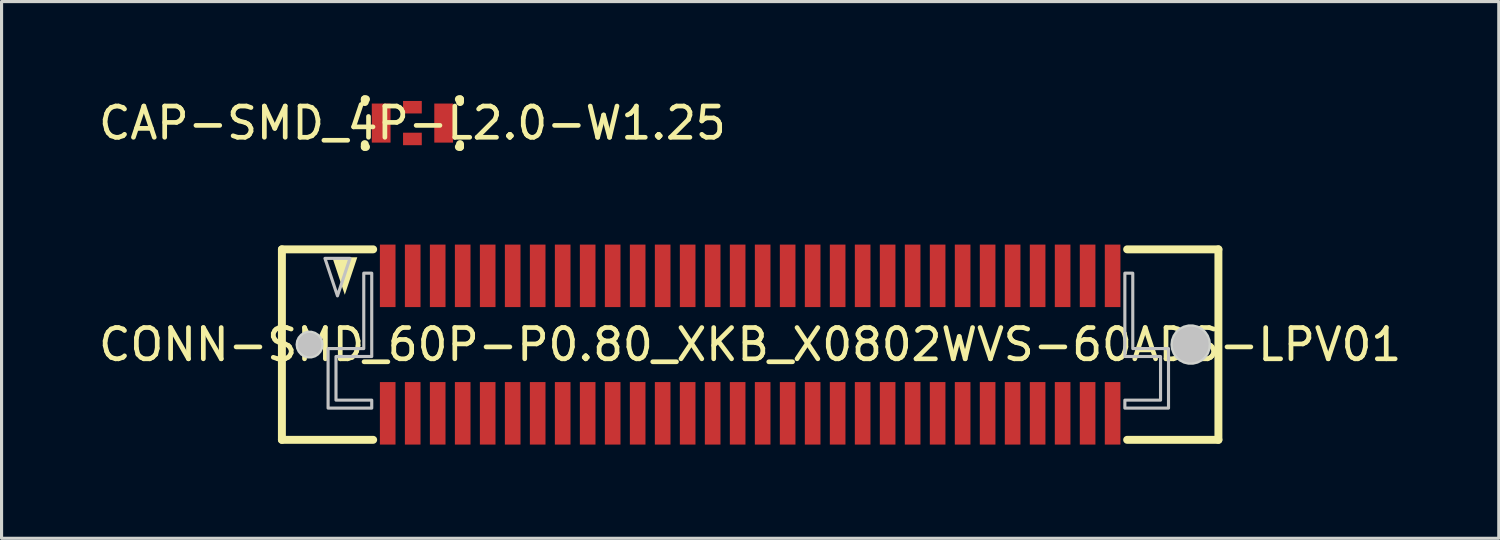
<source format=kicad_pcb>
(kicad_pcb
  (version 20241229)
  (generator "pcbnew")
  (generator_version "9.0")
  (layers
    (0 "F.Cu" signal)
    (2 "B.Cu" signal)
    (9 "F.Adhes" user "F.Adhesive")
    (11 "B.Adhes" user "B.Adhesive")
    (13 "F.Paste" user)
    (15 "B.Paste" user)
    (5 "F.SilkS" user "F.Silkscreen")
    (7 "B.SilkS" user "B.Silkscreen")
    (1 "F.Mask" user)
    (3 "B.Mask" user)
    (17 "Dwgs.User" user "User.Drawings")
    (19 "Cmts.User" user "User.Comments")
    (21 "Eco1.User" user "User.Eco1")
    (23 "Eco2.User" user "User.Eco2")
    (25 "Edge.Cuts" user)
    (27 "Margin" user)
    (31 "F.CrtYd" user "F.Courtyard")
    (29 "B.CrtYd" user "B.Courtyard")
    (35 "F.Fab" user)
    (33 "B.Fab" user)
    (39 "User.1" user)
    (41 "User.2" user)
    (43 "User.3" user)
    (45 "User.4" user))
  (footprint "CAP-SMD_4P-L2.0-W1.25"
    (layer "F.Cu")
    (at 10.149 0.889)
    (property "Reference" "CAP-SMD_4P-L2.0-W1.25" (at 0 0 0) (unlocked yes) (layer "F.SilkS") (effects (font (size 1 1) (thickness 0.15))))
    (fp_line (start -1.524 -0.762) (end -1.524 -0.673) (stroke (width 0.254) (type default)) (layer "F.SilkS"))
    (fp_line (start -1.524 0.673) (end -1.524 0.762) (stroke (width 0.254) (type default)) (layer "F.SilkS"))
    (fp_line (start -1.524 0.762) (end -1.486 0.762) (stroke (width 0.254) (type default)) (layer "F.SilkS"))
    (fp_line (start -1.486 -0.762) (end -1.524 -0.762) (stroke (width 0.254) (type default)) (layer "F.SilkS"))
    (fp_line (start 1.486 0.762) (end 1.524 0.762) (stroke (width 0.254) (type default)) (layer "F.SilkS"))
    (fp_line (start 1.524 -0.762) (end 1.486 -0.762) (stroke (width 0.254) (type default)) (layer "F.SilkS"))
    (fp_line (start 1.524 -0.673) (end 1.524 -0.762) (stroke (width 0.254) (type default)) (layer "F.SilkS"))
    (fp_line (start 1.524 0.762) (end 1.524 0.673) (stroke (width 0.254) (type default)) (layer "F.SilkS"))
    (fp_poly (pts (xy -0.7 -0.625) (xy -0.7 0.625) (xy -1 0.625) (xy -1 -0.625)) (stroke (width 0.1) (type default)) (fill no) (layer "User.1"))
    (fp_poly (pts (xy -0.3 -0.625) (xy 0.3 -0.625) (xy 0.3 -0.375) (xy -0.3 -0.375)) (stroke (width 0.1) (type default)) (fill no) (layer "User.1"))
    (fp_poly (pts (xy 0.3 0.625) (xy -0.3 0.625) (xy -0.3 0.375) (xy 0.3 0.375)) (stroke (width 0.1) (type default)) (fill no) (layer "User.1"))
    (fp_poly (pts (xy 0.7 0.625) (xy 0.7 -0.625) (xy 1 -0.625) (xy 1 0.625)) (stroke (width 0.1) (type default)) (fill no) (layer "User.1"))
    (fp_line (start -1 -0.625) (end 1 -0.625) (stroke (width 0.051) (type default)) (layer "User.2"))
    (fp_line (start -1 0.625) (end -1 -0.625) (stroke (width 0.051) (type default)) (layer "User.2"))
    (fp_line (start 1 -0.625) (end 1 0.625) (stroke (width 0.051) (type default)) (layer "User.2"))
    (fp_line (start 1 0.625) (end -1 0.625) (stroke (width 0.051) (type default)) (layer "User.2"))
    (fp_poly (pts (xy -0.94 -0.625) (xy -0.958 -0.667) (xy -1 -0.685) (xy -1.042 -0.667) (xy -1.06 -0.625) (xy -1.042 -0.583) (xy -1 -0.565) (xy -0.958 -0.583)) (stroke (width 0.1) (type default)) (fill no) (layer "User.3"))
    (pad "1" smd rect (at -1 0) (size 0.6 1.25) (layers "F.Cu" "F.Mask" "F.Paste"))
    (pad "2" smd rect (at 0 0.508) (size 0.6 0.4) (layers "F.Cu" "F.Mask" "F.Paste"))
    (pad "3" smd rect (at 1 0) (size 0.6 1.25) (layers "F.Cu" "F.Mask" "F.Paste"))
    (pad "4" smd rect (at 0 -0.508) (size 0.6 0.4) (layers "F.Cu" "F.Mask" "F.Paste")))
  (footprint "CONN-SMD_60P-P0.80_XKB_X0802WVS-60ADS-LPV01"
    (layer "F.Cu")
    (at 20.958 7.978)
    (property "Reference" "CONN-SMD_60P-P0.80_XKB_X0802WVS-60ADS-LPV01" (at 0 0 0) (unlocked yes) (layer "F.SilkS") (effects (font (size 1 1) (thickness 0.15))))
    (fp_line (start -14.986 -3.048) (end -12.065 -3.048) (stroke (width 0.254) (type default)) (layer "F.SilkS"))
    (fp_line (start -14.986 3.048) (end -14.986 -3.048) (stroke (width 0.254) (type default)) (layer "F.SilkS"))
    (fp_line (start -12.065 3.048) (end -14.986 3.048) (stroke (width 0.254) (type default)) (layer "F.SilkS"))
    (fp_line (start 12.065 -3.048) (end 14.986 -3.048) (stroke (width 0.254) (type default)) (layer "F.SilkS"))
    (fp_line (start 14.986 -3.048) (end 14.986 3.048) (stroke (width 0.254) (type default)) (layer "F.SilkS"))
    (fp_line (start 14.986 3.048) (end 12.065 3.048) (stroke (width 0.254) (type default)) (layer "F.SilkS"))
    (fp_poly (pts (xy -12.573 -2.794) (xy -13.373 -2.794) (xy -12.973 -1.594)) (stroke (width 0) (type default)) (fill yes) (layer "F.SilkS"))
    (fp_circle (center -14.1 0) (end -13.912 0) (stroke (width 0.375) (type default)) (fill no) (layer "Dwgs.User"))
    (fp_circle (center 14.1 0) (end 14.388 0) (stroke (width 0.575) (type default)) (fill no) (layer "Dwgs.User"))
    (fp_poly (pts (xy -12.808 -2.759) (xy -13.608 -2.759) (xy -13.208 -1.559)) (stroke (width 0.1) (type default)) (fill no) (layer "Dwgs.User"))
    (fp_poly (pts (xy -12.366 -2.285) (xy -12.366 0.128) (xy -13.508 0.128) (xy -13.508 2.033) (xy -12.111 2.033) (xy -12.111 1.778) (xy -13.255 1.778) (xy -13.255 0.382) (xy -12.111 0.382) (xy -12.111 -2.285)) (stroke (width 0.1) (type default)) (fill no) (layer "Dwgs.User"))
    (fp_poly (pts (xy 12.245 -2.285) (xy 12.245 0.128) (xy 13.389 0.128) (xy 13.389 2.033) (xy 11.992 2.033) (xy 11.992 1.778) (xy 13.134 1.778) (xy 13.134 0.382) (xy 11.992 0.382) (xy 11.992 -2.285)) (stroke (width 0.1) (type default)) (fill no) (layer "Dwgs.User"))
    (fp_poly (pts (xy -13.65 0) (xy -13.668 -0.127) (xy -13.721 -0.243) (xy -13.805 -0.34) (xy -13.913 -0.409) (xy -14.036 -0.445) (xy -14.164 -0.445) (xy -14.287 -0.409) (xy -14.395 -0.34) (xy -14.479 -0.243) (xy -14.532 -0.127) (xy -14.55 0) (xy -14.532 0.127) (xy -14.479 0.243) (xy -14.395 0.34) (xy -14.287 0.409) (xy -14.164 0.445) (xy -14.036 0.445) (xy -13.913 0.409) (xy -13.805 0.34) (xy -13.721 0.243) (xy -13.668 0.127)) (stroke (width 0) (type default)) (fill yes) (layer "Edge.Cuts"))
    (fp_poly (pts (xy 14.75 0) (xy 14.731 -0.156) (xy 14.676 -0.302) (xy 14.587 -0.431) (xy 14.469 -0.535) (xy 14.33 -0.608) (xy 14.178 -0.645) (xy 14.022 -0.645) (xy 13.87 -0.608) (xy 13.731 -0.535) (xy 13.613 -0.431) (xy 13.524 -0.302) (xy 13.469 -0.156) (xy 13.45 0) (xy 13.469 0.156) (xy 13.524 0.302) (xy 13.613 0.431) (xy 13.731 0.535) (xy 13.87 0.608) (xy 14.022 0.645) (xy 14.178 0.645) (xy 14.33 0.608) (xy 14.469 0.535) (xy 14.587 0.431) (xy 14.676 0.302) (xy 14.731 0.156)) (stroke (width 0) (type default)) (fill yes) (layer "Edge.Cuts"))
    (fp_poly (pts (xy -11.725 -2.8) (xy -11.475 -2.8) (xy -11.475 -2) (xy -11.725 -2)) (stroke (width 0.1) (type default)) (fill no) (layer "User.1"))
    (fp_poly (pts (xy -11.725 2) (xy -11.475 2) (xy -11.475 2.8) (xy -11.725 2.8)) (stroke (width 0.1) (type default)) (fill no) (layer "User.1"))
    (fp_poly (pts (xy -10.925 -2.8) (xy -10.675 -2.8) (xy -10.675 -2) (xy -10.925 -2)) (stroke (width 0.1) (type default)) (fill no) (layer "User.1"))
    (fp_poly (pts (xy -10.925 2) (xy -10.675 2) (xy -10.675 2.8) (xy -10.925 2.8)) (stroke (width 0.1) (type default)) (fill no) (layer "User.1"))
    (fp_poly (pts (xy -10.125 -2.8) (xy -9.875 -2.8) (xy -9.875 -2) (xy -10.125 -2)) (stroke (width 0.1) (type default)) (fill no) (layer "User.1"))
    (fp_poly (pts (xy -10.125 2) (xy -9.875 2) (xy -9.875 2.8) (xy -10.125 2.8)) (stroke (width 0.1) (type default)) (fill no) (layer "User.1"))
    (fp_poly (pts (xy -9.325 -2.8) (xy -9.075 -2.8) (xy -9.075 -2) (xy -9.325 -2)) (stroke (width 0.1) (type default)) (fill no) (layer "User.1"))
    (fp_poly (pts (xy -9.325 2) (xy -9.075 2) (xy -9.075 2.8) (xy -9.325 2.8)) (stroke (width 0.1) (type default)) (fill no) (layer "User.1"))
    (fp_poly (pts (xy -8.525 -2.8) (xy -8.275 -2.8) (xy -8.275 -2) (xy -8.525 -2)) (stroke (width 0.1) (type default)) (fill no) (layer "User.1"))
    (fp_poly (pts (xy -8.525 2) (xy -8.275 2) (xy -8.275 2.8) (xy -8.525 2.8)) (stroke (width 0.1) (type default)) (fill no) (layer "User.1"))
    (fp_poly (pts (xy -7.725 -2.8) (xy -7.475 -2.8) (xy -7.475 -2) (xy -7.725 -2)) (stroke (width 0.1) (type default)) (fill no) (layer "User.1"))
    (fp_poly (pts (xy -7.725 2) (xy -7.475 2) (xy -7.475 2.8) (xy -7.725 2.8)) (stroke (width 0.1) (type default)) (fill no) (layer "User.1"))
    (fp_poly (pts (xy -6.925 -2.8) (xy -6.675 -2.8) (xy -6.675 -2) (xy -6.925 -2)) (stroke (width 0.1) (type default)) (fill no) (layer "User.1"))
    (fp_poly (pts (xy -6.925 2) (xy -6.675 2) (xy -6.675 2.8) (xy -6.925 2.8)) (stroke (width 0.1) (type default)) (fill no) (layer "User.1"))
    (fp_poly (pts (xy -6.125 -2.8) (xy -5.875 -2.8) (xy -5.875 -2) (xy -6.125 -2)) (stroke (width 0.1) (type default)) (fill no) (layer "User.1"))
    (fp_poly (pts (xy -6.125 2) (xy -5.875 2) (xy -5.875 2.8) (xy -6.125 2.8)) (stroke (width 0.1) (type default)) (fill no) (layer "User.1"))
    (fp_poly (pts (xy -5.325 -2.8) (xy -5.075 -2.8) (xy -5.075 -2) (xy -5.325 -2)) (stroke (width 0.1) (type default)) (fill no) (layer "User.1"))
    (fp_poly (pts (xy -5.325 2) (xy -5.075 2) (xy -5.075 2.8) (xy -5.325 2.8)) (stroke (width 0.1) (type default)) (fill no) (layer "User.1"))
    (fp_poly (pts (xy -4.525 -2.8) (xy -4.275 -2.8) (xy -4.275 -2) (xy -4.525 -2)) (stroke (width 0.1) (type default)) (fill no) (layer "User.1"))
    (fp_poly (pts (xy -4.525 2) (xy -4.275 2) (xy -4.275 2.8) (xy -4.525 2.8)) (stroke (width 0.1) (type default)) (fill no) (layer "User.1"))
    (fp_poly (pts (xy -3.725 -2.8) (xy -3.475 -2.8) (xy -3.475 -2) (xy -3.725 -2)) (stroke (width 0.1) (type default)) (fill no) (layer "User.1"))
    (fp_poly (pts (xy -3.725 2) (xy -3.475 2) (xy -3.475 2.8) (xy -3.725 2.8)) (stroke (width 0.1) (type default)) (fill no) (layer "User.1"))
    (fp_poly (pts (xy -2.925 -2.8) (xy -2.675 -2.8) (xy -2.675 -2) (xy -2.925 -2)) (stroke (width 0.1) (type default)) (fill no) (layer "User.1"))
    (fp_poly (pts (xy -2.925 2) (xy -2.675 2) (xy -2.675 2.8) (xy -2.925 2.8)) (stroke (width 0.1) (type default)) (fill no) (layer "User.1"))
    (fp_poly (pts (xy -2.125 -2.8) (xy -1.875 -2.8) (xy -1.875 -2) (xy -2.125 -2)) (stroke (width 0.1) (type default)) (fill no) (layer "User.1"))
    (fp_poly (pts (xy -2.125 2) (xy -1.875 2) (xy -1.875 2.8) (xy -2.125 2.8)) (stroke (width 0.1) (type default)) (fill no) (layer "User.1"))
    (fp_poly (pts (xy -1.325 -2.8) (xy -1.075 -2.8) (xy -1.075 -2) (xy -1.325 -2)) (stroke (width 0.1) (type default)) (fill no) (layer "User.1"))
    (fp_poly (pts (xy -1.325 2) (xy -1.075 2) (xy -1.075 2.8) (xy -1.325 2.8)) (stroke (width 0.1) (type default)) (fill no) (layer "User.1"))
    (fp_poly (pts (xy -0.525 -2.8) (xy -0.275 -2.8) (xy -0.275 -2) (xy -0.525 -2)) (stroke (width 0.1) (type default)) (fill no) (layer "User.1"))
    (fp_poly (pts (xy -0.525 2) (xy -0.275 2) (xy -0.275 2.8) (xy -0.525 2.8)) (stroke (width 0.1) (type default)) (fill no) (layer "User.1"))
    (fp_poly (pts (xy 0.275 -2.8) (xy 0.525 -2.8) (xy 0.525 -2) (xy 0.275 -2)) (stroke (width 0.1) (type default)) (fill no) (layer "User.1"))
    (fp_poly (pts (xy 0.275 2) (xy 0.525 2) (xy 0.525 2.8) (xy 0.275 2.8)) (stroke (width 0.1) (type default)) (fill no) (layer "User.1"))
    (fp_poly (pts (xy 1.075 -2.8) (xy 1.325 -2.8) (xy 1.325 -2) (xy 1.075 -2)) (stroke (width 0.1) (type default)) (fill no) (layer "User.1"))
    (fp_poly (pts (xy 1.075 2) (xy 1.325 2) (xy 1.325 2.8) (xy 1.075 2.8)) (stroke (width 0.1) (type default)) (fill no) (layer "User.1"))
    (fp_poly (pts (xy 1.875 -2.8) (xy 2.125 -2.8) (xy 2.125 -2) (xy 1.875 -2)) (stroke (width 0.1) (type default)) (fill no) (layer "User.1"))
    (fp_poly (pts (xy 1.875 2) (xy 2.125 2) (xy 2.125 2.8) (xy 1.875 2.8)) (stroke (width 0.1) (type default)) (fill no) (layer "User.1"))
    (fp_poly (pts (xy 2.675 -2.8) (xy 2.925 -2.8) (xy 2.925 -2) (xy 2.675 -2)) (stroke (width 0.1) (type default)) (fill no) (layer "User.1"))
    (fp_poly (pts (xy 2.675 2) (xy 2.925 2) (xy 2.925 2.8) (xy 2.675 2.8)) (stroke (width 0.1) (type default)) (fill no) (layer "User.1"))
    (fp_poly (pts (xy 3.475 -2.8) (xy 3.725 -2.8) (xy 3.725 -2) (xy 3.475 -2)) (stroke (width 0.1) (type default)) (fill no) (layer "User.1"))
    (fp_poly (pts (xy 3.475 2) (xy 3.725 2) (xy 3.725 2.8) (xy 3.475 2.8)) (stroke (width 0.1) (type default)) (fill no) (layer "User.1"))
    (fp_poly (pts (xy 4.275 -2.8) (xy 4.525 -2.8) (xy 4.525 -2) (xy 4.275 -2)) (stroke (width 0.1) (type default)) (fill no) (layer "User.1"))
    (fp_poly (pts (xy 4.275 2) (xy 4.525 2) (xy 4.525 2.8) (xy 4.275 2.8)) (stroke (width 0.1) (type default)) (fill no) (layer "User.1"))
    (fp_poly (pts (xy 5.075 -2.8) (xy 5.325 -2.8) (xy 5.325 -2) (xy 5.075 -2)) (stroke (width 0.1) (type default)) (fill no) (layer "User.1"))
    (fp_poly (pts (xy 5.075 2) (xy 5.325 2) (xy 5.325 2.8) (xy 5.075 2.8)) (stroke (width 0.1) (type default)) (fill no) (layer "User.1"))
    (fp_poly (pts (xy 5.875 -2.8) (xy 6.125 -2.8) (xy 6.125 -2) (xy 5.875 -2)) (stroke (width 0.1) (type default)) (fill no) (layer "User.1"))
    (fp_poly (pts (xy 5.875 2) (xy 6.125 2) (xy 6.125 2.8) (xy 5.875 2.8)) (stroke (width 0.1) (type default)) (fill no) (layer "User.1"))
    (fp_poly (pts (xy 6.675 -2.8) (xy 6.925 -2.8) (xy 6.925 -2) (xy 6.675 -2)) (stroke (width 0.1) (type default)) (fill no) (layer "User.1"))
    (fp_poly (pts (xy 6.675 2) (xy 6.925 2) (xy 6.925 2.8) (xy 6.675 2.8)) (stroke (width 0.1) (type default)) (fill no) (layer "User.1"))
    (fp_poly (pts (xy 7.475 -2.8) (xy 7.725 -2.8) (xy 7.725 -2) (xy 7.475 -2)) (stroke (width 0.1) (type default)) (fill no) (layer "User.1"))
    (fp_poly (pts (xy 7.475 2) (xy 7.725 2) (xy 7.725 2.8) (xy 7.475 2.8)) (stroke (width 0.1) (type default)) (fill no) (layer "User.1"))
    (fp_poly (pts (xy 8.275 -2.8) (xy 8.525 -2.8) (xy 8.525 -2) (xy 8.275 -2)) (stroke (width 0.1) (type default)) (fill no) (layer "User.1"))
    (fp_poly (pts (xy 8.275 2) (xy 8.525 2) (xy 8.525 2.8) (xy 8.275 2.8)) (stroke (width 0.1) (type default)) (fill no) (layer "User.1"))
    (fp_poly (pts (xy 9.075 -2.8) (xy 9.325 -2.8) (xy 9.325 -2) (xy 9.075 -2)) (stroke (width 0.1) (type default)) (fill no) (layer "User.1"))
    (fp_poly (pts (xy 9.075 2) (xy 9.325 2) (xy 9.325 2.8) (xy 9.075 2.8)) (stroke (width 0.1) (type default)) (fill no) (layer "User.1"))
    (fp_poly (pts (xy 9.875 -2.8) (xy 10.125 -2.8) (xy 10.125 -2) (xy 9.875 -2)) (stroke (width 0.1) (type default)) (fill no) (layer "User.1"))
    (fp_poly (pts (xy 9.875 2) (xy 10.125 2) (xy 10.125 2.8) (xy 9.875 2.8)) (stroke (width 0.1) (type default)) (fill no) (layer "User.1"))
    (fp_poly (pts (xy 10.675 -2.8) (xy 10.925 -2.8) (xy 10.925 -2) (xy 10.675 -2)) (stroke (width 0.1) (type default)) (fill no) (layer "User.1"))
    (fp_poly (pts (xy 10.675 2) (xy 10.925 2) (xy 10.925 2.8) (xy 10.675 2.8)) (stroke (width 0.1) (type default)) (fill no) (layer "User.1"))
    (fp_poly (pts (xy 11.475 -2.8) (xy 11.725 -2.8) (xy 11.725 -2) (xy 11.475 -2)) (stroke (width 0.1) (type default)) (fill no) (layer "User.1"))
    (fp_poly (pts (xy 11.475 2) (xy 11.725 2) (xy 11.725 2.8) (xy 11.475 2.8)) (stroke (width 0.1) (type default)) (fill no) (layer "User.1"))
    (fp_line (start -14.9 -3) (end 14.9 -3) (stroke (width 0.051) (type default)) (layer "User.2"))
    (fp_line (start -14.9 3) (end -14.9 -3) (stroke (width 0.051) (type default)) (layer "User.2"))
    (fp_line (start 14.9 -3) (end 14.9 3) (stroke (width 0.051) (type default)) (layer "User.2"))
    (fp_line (start 14.9 3) (end -14.9 3) (stroke (width 0.051) (type default)) (layer "User.2"))
    (fp_poly (pts (xy -14.84 -3) (xy -14.858 -3.042) (xy -14.9 -3.06) (xy -14.942 -3.042) (xy -14.96 -3) (xy -14.942 -2.958) (xy -14.9 -2.94) (xy -14.858 -2.958)) (stroke (width 0.1) (type default)) (fill no) (layer "User.3"))
    (pad "1" smd rect (at -11.6 -2.2) (size 0.5 2) (layers "F.Cu" "F.Mask" "F.Paste"))
    (pad "2" smd rect (at -11.6 2.2) (size 0.5 2) (layers "F.Cu" "F.Mask" "F.Paste"))
    (pad "3" smd rect (at -10.8 -2.2) (size 0.5 2) (layers "F.Cu" "F.Mask" "F.Paste"))
    (pad "4" smd rect (at -10.8 2.2) (size 0.5 2) (layers "F.Cu" "F.Mask" "F.Paste"))
    (pad "5" smd rect (at -10 -2.2) (size 0.5 2) (layers "F.Cu" "F.Mask" "F.Paste"))
    (pad "6" smd rect (at -10 2.2) (size 0.5 2) (layers "F.Cu" "F.Mask" "F.Paste"))
    (pad "7" smd rect (at -9.2 -2.2) (size 0.5 2) (layers "F.Cu" "F.Mask" "F.Paste"))
    (pad "8" smd rect (at -9.2 2.2) (size 0.5 2) (layers "F.Cu" "F.Mask" "F.Paste"))
    (pad "9" smd rect (at -8.4 -2.2) (size 0.5 2) (layers "F.Cu" "F.Mask" "F.Paste"))
    (pad "10" smd rect (at -8.4 2.2) (size 0.5 2) (layers "F.Cu" "F.Mask" "F.Paste"))
    (pad "11" smd rect (at -7.6 -2.2) (size 0.5 2) (layers "F.Cu" "F.Mask" "F.Paste"))
    (pad "12" smd rect (at -7.6 2.2) (size 0.5 2) (layers "F.Cu" "F.Mask" "F.Paste"))
    (pad "13" smd rect (at -6.8 -2.2) (size 0.5 2) (layers "F.Cu" "F.Mask" "F.Paste"))
    (pad "14" smd rect (at -6.8 2.2) (size 0.5 2) (layers "F.Cu" "F.Mask" "F.Paste"))
    (pad "15" smd rect (at -6 -2.2) (size 0.5 2) (layers "F.Cu" "F.Mask" "F.Paste"))
    (pad "16" smd rect (at -6 2.2) (size 0.5 2) (layers "F.Cu" "F.Mask" "F.Paste"))
    (pad "17" smd rect (at -5.2 -2.2) (size 0.5 2) (layers "F.Cu" "F.Mask" "F.Paste"))
    (pad "18" smd rect (at -5.2 2.2) (size 0.5 2) (layers "F.Cu" "F.Mask" "F.Paste"))
    (pad "19" smd rect (at -4.4 -2.2) (size 0.5 2) (layers "F.Cu" "F.Mask" "F.Paste"))
    (pad "20" smd rect (at -4.4 2.2) (size 0.5 2) (layers "F.Cu" "F.Mask" "F.Paste"))
    (pad "21" smd rect (at -3.6 -2.2) (size 0.5 2) (layers "F.Cu" "F.Mask" "F.Paste"))
    (pad "22" smd rect (at -3.6 2.2) (size 0.5 2) (layers "F.Cu" "F.Mask" "F.Paste"))
    (pad "23" smd rect (at -2.8 -2.2) (size 0.5 2) (layers "F.Cu" "F.Mask" "F.Paste"))
    (pad "24" smd rect (at -2.8 2.2) (size 0.5 2) (layers "F.Cu" "F.Mask" "F.Paste"))
    (pad "25" smd rect (at -2 -2.2) (size 0.5 2) (layers "F.Cu" "F.Mask" "F.Paste"))
    (pad "26" smd rect (at -2 2.2) (size 0.5 2) (layers "F.Cu" "F.Mask" "F.Paste"))
    (pad "27" smd rect (at -1.2 -2.2) (size 0.5 2) (layers "F.Cu" "F.Mask" "F.Paste"))
    (pad "28" smd rect (at -1.2 2.2) (size 0.5 2) (layers "F.Cu" "F.Mask" "F.Paste"))
    (pad "29" smd rect (at -0.4 -2.2) (size 0.5 2) (layers "F.Cu" "F.Mask" "F.Paste"))
    (pad "30" smd rect (at -0.4 2.2) (size 0.5 2) (layers "F.Cu" "F.Mask" "F.Paste"))
    (pad "31" smd rect (at 0.4 -2.2) (size 0.5 2) (layers "F.Cu" "F.Mask" "F.Paste"))
    (pad "32" smd rect (at 0.4 2.2) (size 0.5 2) (layers "F.Cu" "F.Mask" "F.Paste"))
    (pad "33" smd rect (at 1.2 -2.2) (size 0.5 2) (layers "F.Cu" "F.Mask" "F.Paste"))
    (pad "34" smd rect (at 1.2 2.2) (size 0.5 2) (layers "F.Cu" "F.Mask" "F.Paste"))
    (pad "35" smd rect (at 2 -2.2) (size 0.5 2) (layers "F.Cu" "F.Mask" "F.Paste"))
    (pad "36" smd rect (at 2 2.2) (size 0.5 2) (layers "F.Cu" "F.Mask" "F.Paste"))
    (pad "37" smd rect (at 2.8 -2.2) (size 0.5 2) (layers "F.Cu" "F.Mask" "F.Paste"))
    (pad "38" smd rect (at 2.8 2.2) (size 0.5 2) (layers "F.Cu" "F.Mask" "F.Paste"))
    (pad "39" smd rect (at 3.6 -2.2) (size 0.5 2) (layers "F.Cu" "F.Mask" "F.Paste"))
    (pad "40" smd rect (at 3.6 2.2) (size 0.5 2) (layers "F.Cu" "F.Mask" "F.Paste"))
    (pad "41" smd rect (at 4.4 -2.2) (size 0.5 2) (layers "F.Cu" "F.Mask" "F.Paste"))
    (pad "42" smd rect (at 4.4 2.2) (size 0.5 2) (layers "F.Cu" "F.Mask" "F.Paste"))
    (pad "43" smd rect (at 5.2 -2.2) (size 0.5 2) (layers "F.Cu" "F.Mask" "F.Paste"))
    (pad "44" smd rect (at 5.2 2.2) (size 0.5 2) (layers "F.Cu" "F.Mask" "F.Paste"))
    (pad "45" smd rect (at 6 -2.2) (size 0.5 2) (layers "F.Cu" "F.Mask" "F.Paste"))
    (pad "46" smd rect (at 6 2.2) (size 0.5 2) (layers "F.Cu" "F.Mask" "F.Paste"))
    (pad "47" smd rect (at 6.8 -2.2) (size 0.5 2) (layers "F.Cu" "F.Mask" "F.Paste"))
    (pad "48" smd rect (at 6.8 2.2) (size 0.5 2) (layers "F.Cu" "F.Mask" "F.Paste"))
    (pad "49" smd rect (at 7.6 -2.2) (size 0.5 2) (layers "F.Cu" "F.Mask" "F.Paste"))
    (pad "50" smd rect (at 7.6 2.2) (size 0.5 2) (layers "F.Cu" "F.Mask" "F.Paste"))
    (pad "51" smd rect (at 8.4 -2.2) (size 0.5 2) (layers "F.Cu" "F.Mask" "F.Paste"))
    (pad "52" smd rect (at 8.4 2.2) (size 0.5 2) (layers "F.Cu" "F.Mask" "F.Paste"))
    (pad "53" smd rect (at 9.2 -2.2) (size 0.5 2) (layers "F.Cu" "F.Mask" "F.Paste"))
    (pad "54" smd rect (at 9.2 2.2) (size 0.5 2) (layers "F.Cu" "F.Mask" "F.Paste"))
    (pad "55" smd rect (at 10 -2.2) (size 0.5 2) (layers "F.Cu" "F.Mask" "F.Paste"))
    (pad "56" smd rect (at 10 2.2) (size 0.5 2) (layers "F.Cu" "F.Mask" "F.Paste"))
    (pad "57" smd rect (at 10.8 -2.2) (size 0.5 2) (layers "F.Cu" "F.Mask" "F.Paste"))
    (pad "58" smd rect (at 10.8 2.2) (size 0.5 2) (layers "F.Cu" "F.Mask" "F.Paste"))
    (pad "59" smd rect (at 11.6 -2.2) (size 0.5 2) (layers "F.Cu" "F.Mask" "F.Paste"))
    (pad "60" smd rect (at 11.6 2.2) (size 0.5 2) (layers "F.Cu" "F.Mask" "F.Paste")))
  (gr_rect
    (start -3 -3)
    (end 44.917 14.178)
    (stroke (width 0.1) (type default))
    (fill no)
    (layer "Edge.Cuts")))
</source>
